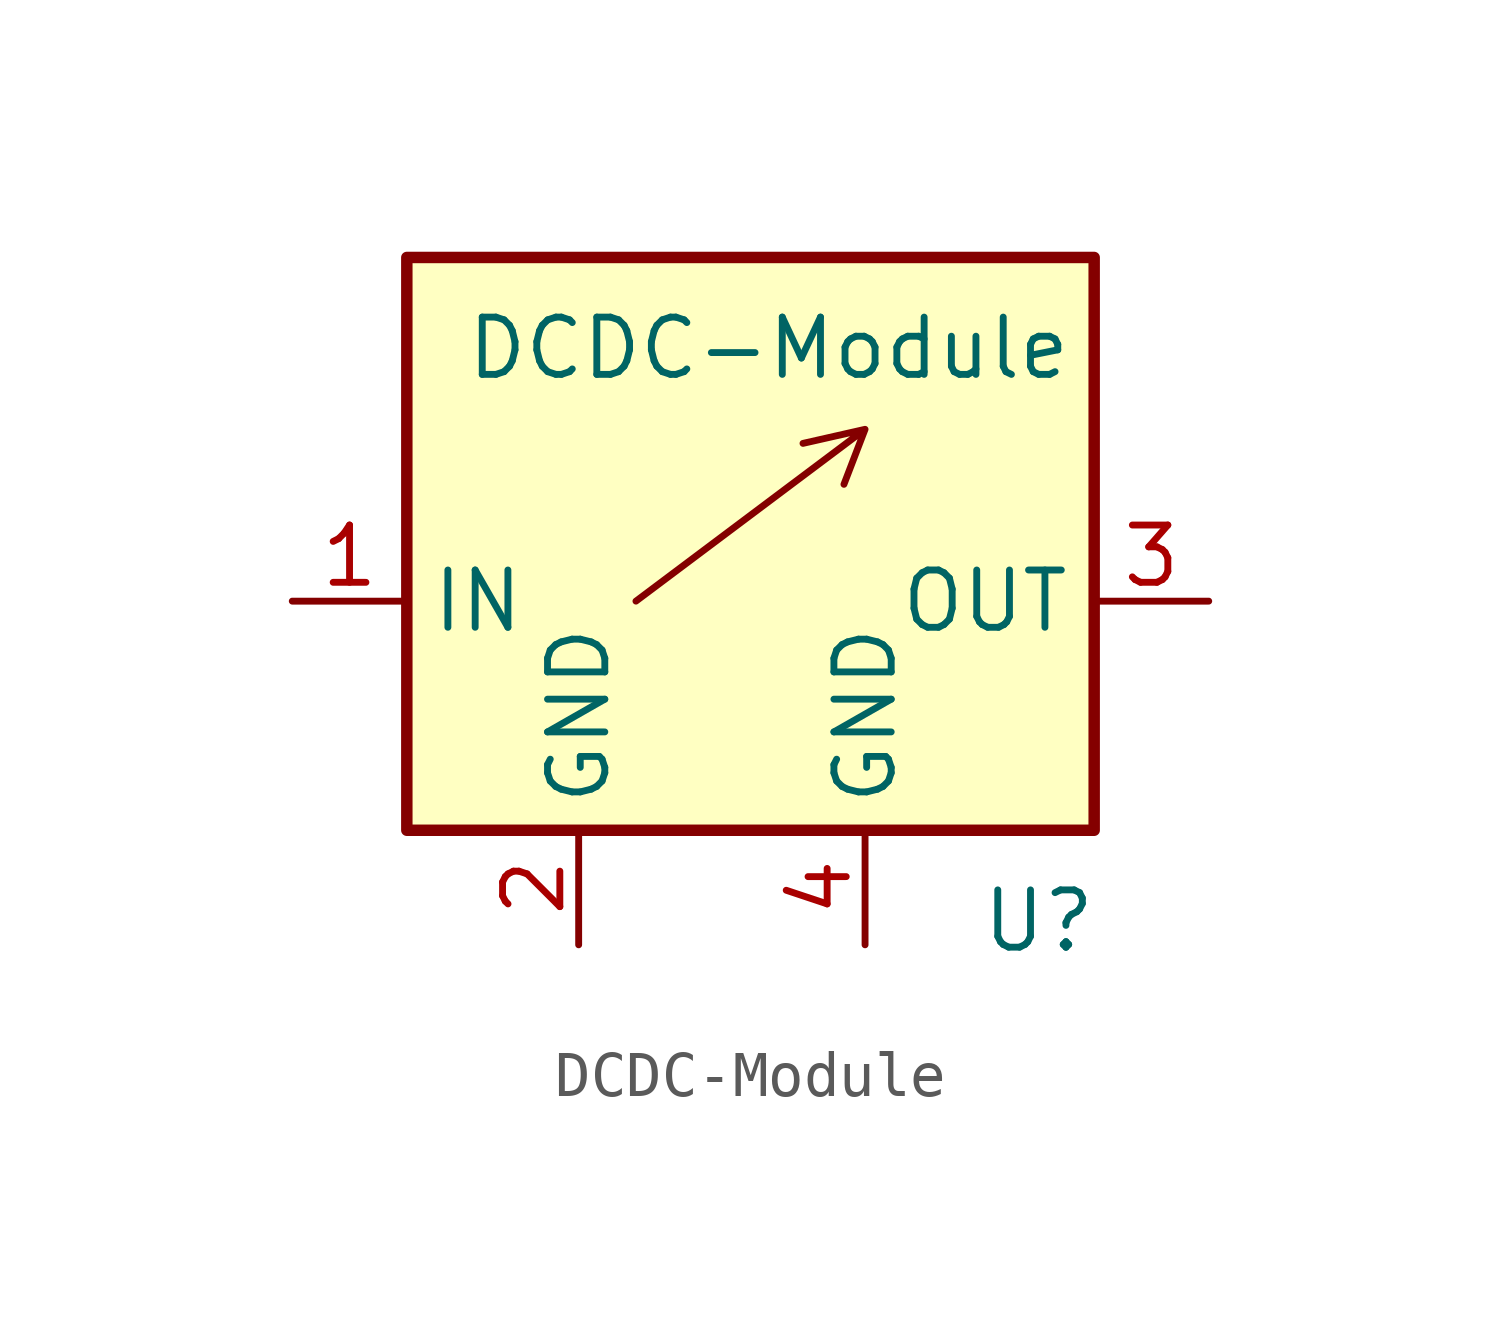
<source format=kicad_sym>
(kicad_symbol_lib
  (version 20211014)
  (generator kicad_symbol_editor)
  (symbol "DCDC-Module"
    (property "Reference" "U"
      (at 5.08 -7.62 0)
      (effects (font (size 1.27 1.27)) (justify left top)))
    (property "Value" "DCDC-Module"
      (at -6.35 5.08 0)
      (effects (font (size 1.27 1.27)) (justify left top)))
    (symbol "DCDC-Module_0_1"
      (rectangle (start -7.62 6.35) (end 7.62 -6.35) (stroke (width 0.254) (type default) (color 0 0 0 0)) (fill (type background)))
      (polyline (pts (xy -2.54 -1.27) (xy 2.54 2.54) (xy 2.072 1.32) (xy 2.54 2.54) (xy 1.164 2.228)) (stroke (width 0.152) (type default) (color 0 0 0 0)) (fill (type none))))
    (symbol "DCDC-Module_1_1"
      (pin power_in line (at -10.16 -1.27 0) (length 2.54) (name "IN" (effects (font (size 1.27 1.27)))) (number "1" (effects (font (size 1.27 1.27)))))
      (pin power_in line (at -3.81 -8.89 90) (length 2.54) (name "GND" (effects (font (size 1.27 1.27)))) (number "2" (effects (font (size 1.27 1.27)))))
      (pin power_out line (at 10.16 -1.27 180) (length 2.54) (name "OUT" (effects (font (size 1.27 1.27)))) (number "3" (effects (font (size 1.27 1.27)))))
      (pin power_in line (at 2.54 -8.89 90) (length 2.54) (name "GND" (effects (font (size 1.27 1.27)))) (number "4" (effects (font (size 1.27 1.27))))))))
</source>
